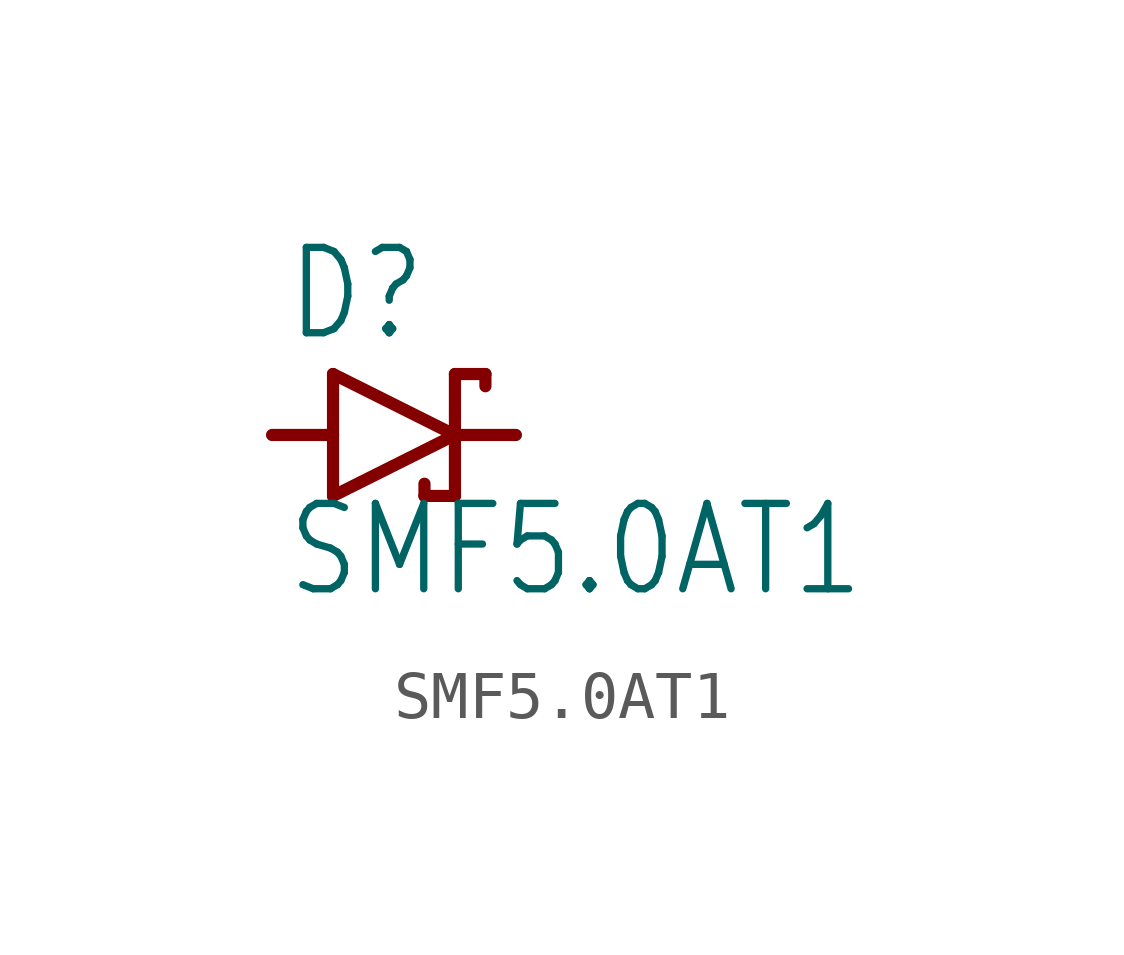
<source format=kicad_sym>
(kicad_symbol_lib
  (version 20211014)
  (generator kicad_symbol_editor)
  (symbol "SMF5.0AT1"
    (property "Reference" "D"
      (at -2.286 1.905 0)
      (effects (font (size 1.778 1.511)) (justify left bottom)))
    (property "Value" "SMF5.0AT1"
      (at -2.286 -3.429 0)
      (effects (font (size 1.778 1.511)) (justify left bottom)))
    (property "ki_locked" ""
      (at 0 0 0)
      (effects (font (size 1.27 1.27))))
    (symbol "SMF5.0AT1_1_0"
      (polyline (pts (xy -1.27 -1.27) (xy 1.27 0)) (stroke (width 0.254) (type default) (color 0 0 0 0)) (fill (type none)))
      (polyline (pts (xy -1.27 0) (xy -2.54 0)) (stroke (width 0.254) (type default) (color 0 0 0 0)) (fill (type none)))
      (polyline (pts (xy -1.27 0) (xy -1.27 -1.27)) (stroke (width 0.254) (type default) (color 0 0 0 0)) (fill (type none)))
      (polyline (pts (xy -1.27 1.27) (xy -1.27 0)) (stroke (width 0.254) (type default) (color 0 0 0 0)) (fill (type none)))
      (polyline (pts (xy 0.635 -1.016) (xy 0.635 -1.27)) (stroke (width 0.254) (type default) (color 0 0 0 0)) (fill (type none)))
      (polyline (pts (xy 1.27 -1.27) (xy 0.635 -1.27)) (stroke (width 0.254) (type default) (color 0 0 0 0)) (fill (type none)))
      (polyline (pts (xy 1.27 0) (xy -1.27 1.27)) (stroke (width 0.254) (type default) (color 0 0 0 0)) (fill (type none)))
      (polyline (pts (xy 1.27 0) (xy 1.27 -1.27)) (stroke (width 0.254) (type default) (color 0 0 0 0)) (fill (type none)))
      (polyline (pts (xy 1.27 0) (xy 2.54 0)) (stroke (width 0.254) (type default) (color 0 0 0 0)) (fill (type none)))
      (polyline (pts (xy 1.27 1.27) (xy 1.27 0)) (stroke (width 0.254) (type default) (color 0 0 0 0)) (fill (type none)))
      (polyline (pts (xy 1.905 1.27) (xy 1.27 1.27)) (stroke (width 0.254) (type default) (color 0 0 0 0)) (fill (type none)))
      (polyline (pts (xy 1.905 1.27) (xy 1.905 1.016)) (stroke (width 0.254) (type default) (color 0 0 0 0)) (fill (type none)))
      (pin passive line (at -2.54 0 0) (length 0) (name "A" (effects (font (size 0 0)))) (number "A" (effects (font (size 0 0)))))
      (pin passive line (at 2.54 0 180) (length 0) (name "C" (effects (font (size 0 0)))) (number "C" (effects (font (size 0 0))))))))
</source>
